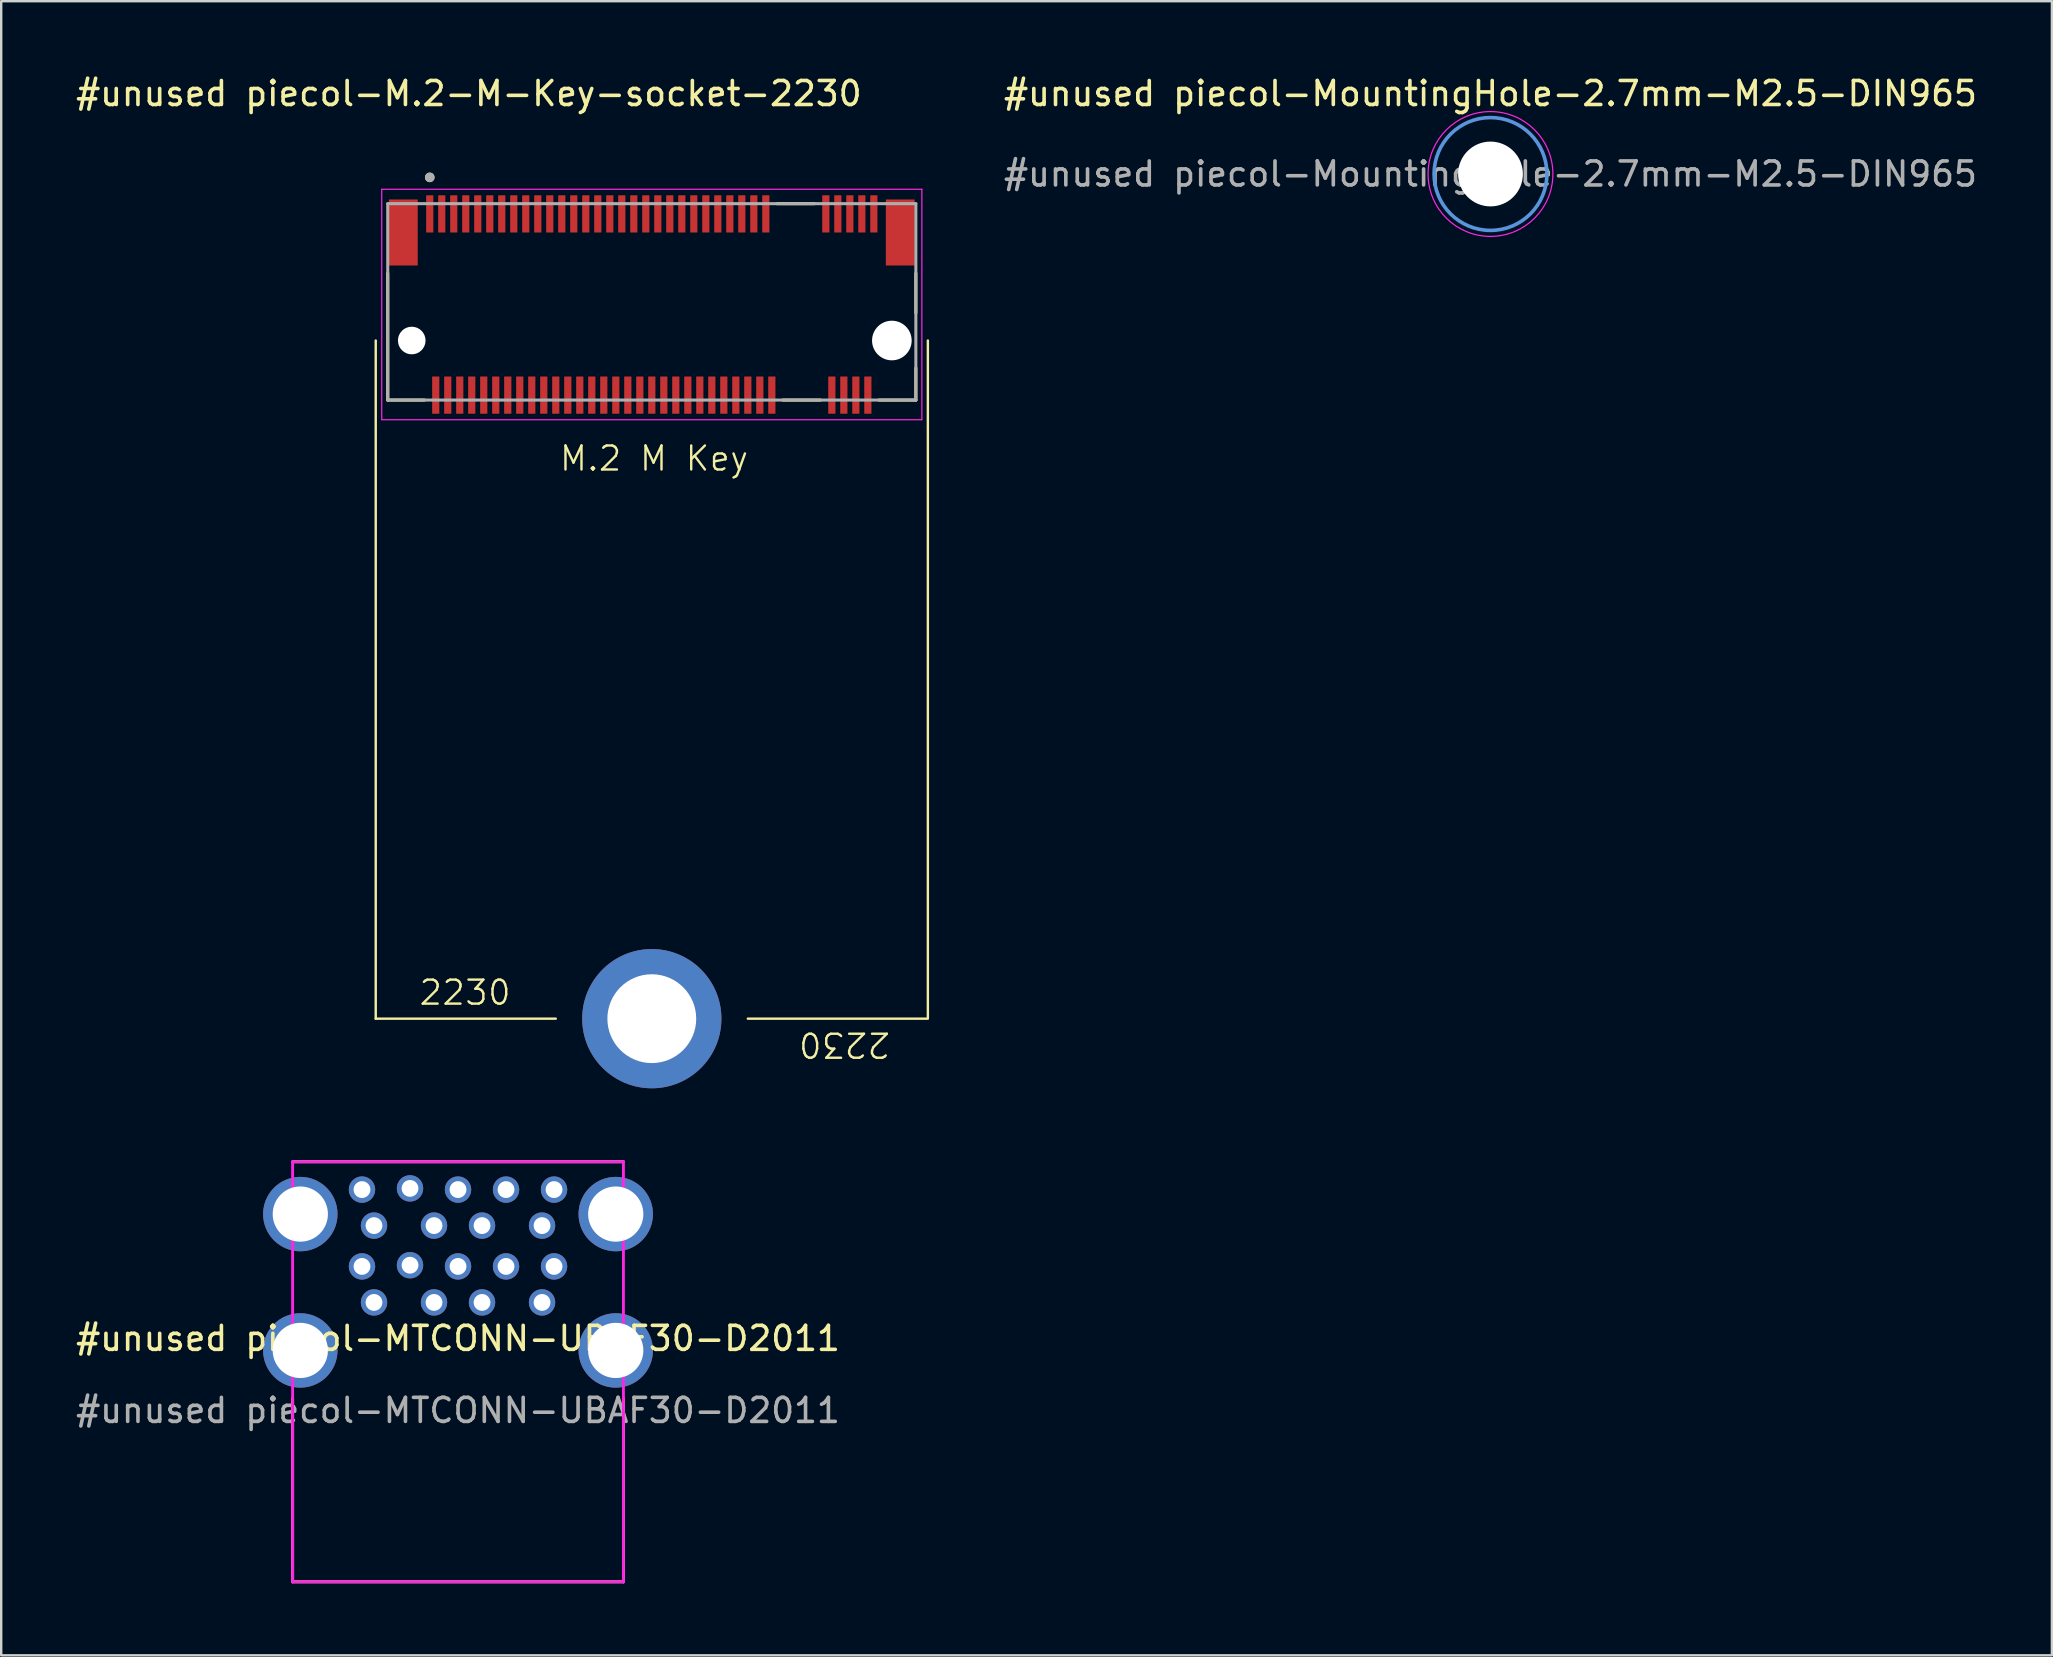
<source format=kicad_pcb>
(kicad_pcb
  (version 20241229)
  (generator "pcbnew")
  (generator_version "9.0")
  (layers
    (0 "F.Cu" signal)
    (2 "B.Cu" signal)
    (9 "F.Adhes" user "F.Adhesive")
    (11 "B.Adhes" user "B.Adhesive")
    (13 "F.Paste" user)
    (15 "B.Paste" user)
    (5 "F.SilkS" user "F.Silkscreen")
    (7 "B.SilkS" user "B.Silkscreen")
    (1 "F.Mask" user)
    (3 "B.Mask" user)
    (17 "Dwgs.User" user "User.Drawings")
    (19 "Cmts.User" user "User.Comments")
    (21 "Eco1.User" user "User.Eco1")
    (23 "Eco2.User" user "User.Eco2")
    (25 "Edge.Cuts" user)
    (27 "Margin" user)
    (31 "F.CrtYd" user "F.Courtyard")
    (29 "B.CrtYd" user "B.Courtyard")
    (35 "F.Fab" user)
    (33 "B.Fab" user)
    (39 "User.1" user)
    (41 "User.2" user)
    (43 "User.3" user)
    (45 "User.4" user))
  (footprint "#unused piecol-MTCONN-UBAF30-D2011"
    (layer "F.Cu")
    (at 16.03 53.205)
    (property "Reference" "#unused piecol-MTCONN-UBAF30-D2011" (at 0 -0.5 0) (unlocked yes) (layer "F.SilkS") (effects (font (size 1 1) (thickness 0.15))))
    (attr through_hole)
    (fp_line (start -6.89 -7.86) (end 6.89 -7.86) (stroke (width 0.12) (type solid)) (layer "F.SilkS"))
    (fp_line (start -6.89 9.64) (end -6.89 2) (stroke (width 0.12) (type solid)) (layer "F.SilkS"))
    (fp_line (start -6.89 9.64) (end 6.89 9.64) (stroke (width 0.12) (type solid)) (layer "F.SilkS"))
    (fp_line (start 6.89 2) (end 6.89 9.64) (stroke (width 0.12) (type solid)) (layer "F.SilkS"))
    (fp_line (start -6.89 -7.86) (end -6.89 9.64) (stroke (width 0.12) (type solid)) (layer "F.CrtYd"))
    (fp_line (start -6.89 9.64) (end 6.89 9.64) (stroke (width 0.12) (type solid)) (layer "F.CrtYd"))
    (fp_line (start 6.89 -7.86) (end -6.89 -7.86) (stroke (width 0.12) (type solid)) (layer "F.CrtYd"))
    (fp_line (start 6.89 9.64) (end 6.89 -7.86) (stroke (width 0.12) (type solid)) (layer "F.CrtYd"))
    (fp_text user "${REFERENCE}" (at 0 2.5 0) (unlocked yes) (layer "F.Fab") (effects (font (size 1 1) (thickness 0.15))))
    (pad "10" thru_hole circle (at -6.57 -5.68) (size 3.1 3.1) (drill 2.3) (layers "*.Cu" "*.Mask"))
    (pad "10" thru_hole circle (at -6.57 0) (size 3.1 3.1) (drill 2.3) (layers "*.Cu" "*.Mask"))
    (pad "10" thru_hole circle (at 6.57 -5.68) (size 3.1 3.1) (drill 2.3) (layers "*.Cu" "*.Mask"))
    (pad "10" thru_hole circle (at 6.57 0) (size 3.1 3.1) (drill 2.3) (layers "*.Cu" "*.Mask"))
    (pad "A1" thru_hole circle (at -3.5 -2) (size 1.1 1.1) (drill 0.7) (layers "*.Cu" "*.Mask"))
    (pad "A2" thru_hole circle (at -1 -2) (size 1.1 1.1) (drill 0.7) (layers "*.Cu" "*.Mask"))
    (pad "A3" thru_hole circle (at 1 -2) (size 1.1 1.1) (drill 0.7) (layers "*.Cu" "*.Mask"))
    (pad "A4" thru_hole circle (at 3.5 -2) (size 1.1 1.1) (drill 0.7) (layers "*.Cu" "*.Mask"))
    (pad "A5" thru_hole circle (at 4 -3.5) (size 1.1 1.1) (drill 0.7) (layers "*.Cu" "*.Mask"))
    (pad "A6" thru_hole circle (at 2 -3.5) (size 1.1 1.1) (drill 0.7) (layers "*.Cu" "*.Mask"))
    (pad "A7" thru_hole circle (at 0 -3.5) (size 1.1 1.1) (drill 0.7) (layers "*.Cu" "*.Mask"))
    (pad "A8" thru_hole circle (at -2 -3.55) (size 1.1 1.1) (drill 0.7) (layers "*.Cu" "*.Mask"))
    (pad "A9" thru_hole circle (at -4 -3.5) (size 1.1 1.1) (drill 0.7) (layers "*.Cu" "*.Mask"))
    (pad "B1" thru_hole circle (at -3.5 -5.2) (size 1.1 1.1) (drill 0.7) (layers "*.Cu" "*.Mask"))
    (pad "B2" thru_hole circle (at -1 -5.2) (size 1.1 1.1) (drill 0.7) (layers "*.Cu" "*.Mask"))
    (pad "B3" thru_hole circle (at 1 -5.2) (size 1.1 1.1) (drill 0.7) (layers "*.Cu" "*.Mask"))
    (pad "B4" thru_hole circle (at 3.5 -5.2) (size 1.1 1.1) (drill 0.7) (layers "*.Cu" "*.Mask"))
    (pad "B5" thru_hole circle (at 4 -6.7) (size 1.1 1.1) (drill 0.7) (layers "*.Cu" "*.Mask"))
    (pad "B6" thru_hole circle (at 2 -6.7) (size 1.1 1.1) (drill 0.7) (layers "*.Cu" "*.Mask"))
    (pad "B7" thru_hole circle (at 0 -6.7) (size 1.1 1.1) (drill 0.7) (layers "*.Cu" "*.Mask"))
    (pad "B8" thru_hole circle (at -2 -6.75) (size 1.1 1.1) (drill 0.7) (layers "*.Cu" "*.Mask"))
    (pad "B9" thru_hole circle (at -4 -6.7) (size 1.1 1.1) (drill 0.7) (layers "*.Cu" "*.Mask")))
  (footprint "#unused piecol-M.2-M-Key-socket-2230"
    (layer "F.Cu")
    (at 24.102 11.135)
    (property "Reference" "#unused piecol-M.2-M-Key-socket-2230" (at -7.62 -10.287 0) (layer "F.SilkS") (effects (font (size 1 1) (thickness 0.15))))
    (fp_line (start -11.5 0) (end -11.5 28.25) (stroke (width 0.1) (type default)) (layer "F.SilkS"))
    (fp_line (start -11.5 28.25) (end -4 28.25) (stroke (width 0.1) (type default)) (layer "F.SilkS"))
    (fp_line (start -11 2.48) (end -11 -2.805) (stroke (width 0.127) (type solid)) (layer "F.SilkS"))
    (fp_line (start -9.47 2.48) (end -11 2.48) (stroke (width 0.127) (type solid)) (layer "F.SilkS"))
    (fp_line (start 4 28.25) (end 11.5 28.25) (stroke (width 0.1) (type default)) (layer "F.SilkS"))
    (fp_line (start 5.213 -5.7) (end 6.777 -5.7) (stroke (width 0.127) (type solid)) (layer "F.SilkS"))
    (fp_line (start 5.463 2.48) (end 7.027 2.48) (stroke (width 0.127) (type solid)) (layer "F.SilkS"))
    (fp_line (start 11 -2.805) (end 11 -1.145) (stroke (width 0.127) (type solid)) (layer "F.SilkS"))
    (fp_line (start 11 2.48) (end 9.47 2.48) (stroke (width 0.127) (type solid)) (layer "F.SilkS"))
    (fp_line (start 11 2.48) (end 11 1.145) (stroke (width 0.127) (type solid)) (layer "F.SilkS"))
    (fp_line (start 11.5 28.2) (end 11.5 0) (stroke (width 0.1) (type default)) (layer "F.SilkS"))
    (fp_circle (center -9.25 -6.796) (end -9.15 -6.796) (stroke (width 0.2) (type solid)) (fill no) (layer "F.SilkS"))
    (fp_line (start -11.25 -6.3) (end -11.25 3.3) (stroke (width 0.05) (type solid)) (layer "F.CrtYd"))
    (fp_line (start -11.25 3.3) (end 11.25 3.3) (stroke (width 0.05) (type solid)) (layer "F.CrtYd"))
    (fp_line (start 11.25 -6.3) (end -11.25 -6.3) (stroke (width 0.05) (type solid)) (layer "F.CrtYd"))
    (fp_line (start 11.25 3.3) (end 11.25 -6.3) (stroke (width 0.05) (type solid)) (layer "F.CrtYd"))
    (fp_line (start -11 -5.7) (end 11 -5.7) (stroke (width 0.127) (type solid)) (layer "F.Fab"))
    (fp_line (start -11 2.48) (end -11 -5.7) (stroke (width 0.127) (type solid)) (layer "F.Fab"))
    (fp_line (start 11 -5.7) (end 11 2.48) (stroke (width 0.127) (type solid)) (layer "F.Fab"))
    (fp_line (start 11 2.48) (end -11 2.48) (stroke (width 0.127) (type solid)) (layer "F.Fab"))
    (fp_circle (center -9.25 -6.796) (end -9.15 -6.796) (stroke (width 0.2) (type solid)) (fill no) (layer "F.Fab"))
    (fp_text user "M.2 M Key" (at -3.9 5.5 0) (unlocked yes) (layer "F.SilkS") (effects (font (size 1 1) (thickness 0.1)) (justify left bottom)))
    (fp_text user "2230" (at 10 28.75 180) (unlocked yes) (layer "F.SilkS") (effects (font (size 1 1) (thickness 0.1)) (justify left bottom)))
    (fp_text user "2230" (at -9.75 27.75 0) (unlocked yes) (layer "F.SilkS") (effects (font (size 1 1) (thickness 0.1)) (justify left bottom)))
    (pad "" np_thru_hole circle (at -10 0) (size 1.15 1.15) (drill 1.15) (layers "*.Cu" "*.Mask"))
    (pad "" np_thru_hole circle (at 10 0) (size 1.65 1.65) (drill 1.65) (layers "*.Cu" "*.Mask"))
    (pad "1" smd rect (at -9.25 -5.275) (size 0.3 1.55) (layers "F.Cu" "F.Mask" "F.Paste"))
    (pad "2" smd rect (at -9 2.275) (size 0.3 1.55) (layers "F.Cu" "F.Mask" "F.Paste"))
    (pad "3" smd rect (at -8.75 -5.275) (size 0.3 1.55) (layers "F.Cu" "F.Mask" "F.Paste"))
    (pad "4" smd rect (at -8.5 2.275) (size 0.3 1.55) (layers "F.Cu" "F.Mask" "F.Paste"))
    (pad "5" smd rect (at -8.25 -5.275) (size 0.3 1.55) (layers "F.Cu" "F.Mask" "F.Paste"))
    (pad "6" smd rect (at -8 2.275) (size 0.3 1.55) (layers "F.Cu" "F.Mask" "F.Paste"))
    (pad "7" smd rect (at -7.75 -5.275) (size 0.3 1.55) (layers "F.Cu" "F.Mask" "F.Paste"))
    (pad "8" smd rect (at -7.5 2.275) (size 0.3 1.55) (layers "F.Cu" "F.Mask" "F.Paste"))
    (pad "9" smd rect (at -7.25 -5.275) (size 0.3 1.55) (layers "F.Cu" "F.Mask" "F.Paste"))
    (pad "10" smd rect (at -7 2.275) (size 0.3 1.55) (layers "F.Cu" "F.Mask" "F.Paste"))
    (pad "11" smd rect (at -6.75 -5.275) (size 0.3 1.55) (layers "F.Cu" "F.Mask" "F.Paste"))
    (pad "12" smd rect (at -6.5 2.275) (size 0.3 1.55) (layers "F.Cu" "F.Mask" "F.Paste"))
    (pad "13" smd rect (at -6.25 -5.275) (size 0.3 1.55) (layers "F.Cu" "F.Mask" "F.Paste"))
    (pad "14" smd rect (at -6 2.275) (size 0.3 1.55) (layers "F.Cu" "F.Mask" "F.Paste"))
    (pad "15" smd rect (at -5.75 -5.275) (size 0.3 1.55) (layers "F.Cu" "F.Mask" "F.Paste"))
    (pad "16" smd rect (at -5.5 2.275) (size 0.3 1.55) (layers "F.Cu" "F.Mask" "F.Paste"))
    (pad "17" smd rect (at -5.25 -5.275) (size 0.3 1.55) (layers "F.Cu" "F.Mask" "F.Paste"))
    (pad "18" smd rect (at -5 2.275) (size 0.3 1.55) (layers "F.Cu" "F.Mask" "F.Paste"))
    (pad "19" smd rect (at -4.75 -5.275) (size 0.3 1.55) (layers "F.Cu" "F.Mask" "F.Paste"))
    (pad "20" smd rect (at -4.5 2.275) (size 0.3 1.55) (layers "F.Cu" "F.Mask" "F.Paste"))
    (pad "21" smd rect (at -4.25 -5.275) (size 0.3 1.55) (layers "F.Cu" "F.Mask" "F.Paste"))
    (pad "22" smd rect (at -4 2.275) (size 0.3 1.55) (layers "F.Cu" "F.Mask" "F.Paste"))
    (pad "23" smd rect (at -3.75 -5.275) (size 0.3 1.55) (layers "F.Cu" "F.Mask" "F.Paste"))
    (pad "24" smd rect (at -3.5 2.275) (size 0.3 1.55) (layers "F.Cu" "F.Mask" "F.Paste"))
    (pad "25" smd rect (at -3.25 -5.275) (size 0.3 1.55) (layers "F.Cu" "F.Mask" "F.Paste"))
    (pad "26" smd rect (at -3 2.275) (size 0.3 1.55) (layers "F.Cu" "F.Mask" "F.Paste"))
    (pad "27" smd rect (at -2.75 -5.275) (size 0.3 1.55) (layers "F.Cu" "F.Mask" "F.Paste"))
    (pad "28" smd rect (at -2.5 2.275) (size 0.3 1.55) (layers "F.Cu" "F.Mask" "F.Paste"))
    (pad "29" smd rect (at -2.25 -5.275) (size 0.3 1.55) (layers "F.Cu" "F.Mask" "F.Paste"))
    (pad "30" smd rect (at -2 2.275) (size 0.3 1.55) (layers "F.Cu" "F.Mask" "F.Paste"))
    (pad "31" smd rect (at -1.75 -5.275) (size 0.3 1.55) (layers "F.Cu" "F.Mask" "F.Paste"))
    (pad "32" smd rect (at -1.5 2.275) (size 0.3 1.55) (layers "F.Cu" "F.Mask" "F.Paste"))
    (pad "33" smd rect (at -1.25 -5.275) (size 0.3 1.55) (layers "F.Cu" "F.Mask" "F.Paste"))
    (pad "34" smd rect (at -1 2.275) (size 0.3 1.55) (layers "F.Cu" "F.Mask" "F.Paste"))
    (pad "35" smd rect (at -0.75 -5.275) (size 0.3 1.55) (layers "F.Cu" "F.Mask" "F.Paste"))
    (pad "36" smd rect (at -0.5 2.275) (size 0.3 1.55) (layers "F.Cu" "F.Mask" "F.Paste"))
    (pad "37" smd rect (at -0.25 -5.275) (size 0.3 1.55) (layers "F.Cu" "F.Mask" "F.Paste"))
    (pad "38" smd rect (at 0 2.275) (size 0.3 1.55) (layers "F.Cu" "F.Mask" "F.Paste"))
    (pad "39" smd rect (at 0.25 -5.275) (size 0.3 1.55) (layers "F.Cu" "F.Mask" "F.Paste"))
    (pad "40" smd rect (at 0.5 2.275) (size 0.3 1.55) (layers "F.Cu" "F.Mask" "F.Paste"))
    (pad "41" smd rect (at 0.75 -5.275) (size 0.3 1.55) (layers "F.Cu" "F.Mask" "F.Paste"))
    (pad "42" smd rect (at 1 2.275) (size 0.3 1.55) (layers "F.Cu" "F.Mask" "F.Paste"))
    (pad "43" smd rect (at 1.25 -5.275) (size 0.3 1.55) (layers "F.Cu" "F.Mask" "F.Paste"))
    (pad "44" smd rect (at 1.5 2.275) (size 0.3 1.55) (layers "F.Cu" "F.Mask" "F.Paste"))
    (pad "45" smd rect (at 1.75 -5.275) (size 0.3 1.55) (layers "F.Cu" "F.Mask" "F.Paste"))
    (pad "46" smd rect (at 2 2.275) (size 0.3 1.55) (layers "F.Cu" "F.Mask" "F.Paste"))
    (pad "47" smd rect (at 2.25 -5.275) (size 0.3 1.55) (layers "F.Cu" "F.Mask" "F.Paste"))
    (pad "48" smd rect (at 2.5 2.275) (size 0.3 1.55) (layers "F.Cu" "F.Mask" "F.Paste"))
    (pad "49" smd rect (at 2.75 -5.275) (size 0.3 1.55) (layers "F.Cu" "F.Mask" "F.Paste"))
    (pad "50" smd rect (at 3 2.275) (size 0.3 1.55) (layers "F.Cu" "F.Mask" "F.Paste"))
    (pad "51" smd rect (at 3.25 -5.275) (size 0.3 1.55) (layers "F.Cu" "F.Mask" "F.Paste"))
    (pad "52" smd rect (at 3.5 2.275) (size 0.3 1.55) (layers "F.Cu" "F.Mask" "F.Paste"))
    (pad "53" smd rect (at 3.75 -5.275) (size 0.3 1.55) (layers "F.Cu" "F.Mask" "F.Paste"))
    (pad "54" smd rect (at 4 2.275) (size 0.3 1.55) (layers "F.Cu" "F.Mask" "F.Paste"))
    (pad "55" smd rect (at 4.25 -5.275) (size 0.3 1.55) (layers "F.Cu" "F.Mask" "F.Paste"))
    (pad "56" smd rect (at 4.5 2.275) (size 0.3 1.55) (layers "F.Cu" "F.Mask" "F.Paste"))
    (pad "57" smd rect (at 4.75 -5.275) (size 0.3 1.55) (layers "F.Cu" "F.Mask" "F.Paste"))
    (pad "58" smd rect (at 5 2.275) (size 0.3 1.55) (layers "F.Cu" "F.Mask" "F.Paste"))
    (pad "67" smd rect (at 7.25 -5.275) (size 0.3 1.55) (layers "F.Cu" "F.Mask" "F.Paste"))
    (pad "68" smd rect (at 7.5 2.275) (size 0.3 1.55) (layers "F.Cu" "F.Mask" "F.Paste"))
    (pad "69" smd rect (at 7.75 -5.275) (size 0.3 1.55) (layers "F.Cu" "F.Mask" "F.Paste"))
    (pad "70" smd rect (at 8 2.275) (size 0.3 1.55) (layers "F.Cu" "F.Mask" "F.Paste"))
    (pad "71" smd rect (at 8.25 -5.275) (size 0.3 1.55) (layers "F.Cu" "F.Mask" "F.Paste"))
    (pad "72" smd rect (at 8.5 2.275) (size 0.3 1.55) (layers "F.Cu" "F.Mask" "F.Paste"))
    (pad "73" smd rect (at 8.75 -5.275) (size 0.3 1.55) (layers "F.Cu" "F.Mask" "F.Paste"))
    (pad "74" smd rect (at 9 2.275) (size 0.3 1.55) (layers "F.Cu" "F.Mask" "F.Paste"))
    (pad "75" smd rect (at 9.25 -5.275) (size 0.3 1.55) (layers "F.Cu" "F.Mask" "F.Paste"))
    (pad "M1" thru_hole circle (at 0 28.25) (size 5.8 5.8) (drill 3.7) (layers "*.Cu" "*.Mask"))
    (pad "S1" smd rect (at -10.35 -4.5) (size 1.2 2.75) (layers "F.Cu" "F.Mask" "F.Paste"))
    (pad "S2" smd rect (at 10.35 -4.5) (size 1.2 2.75) (layers "F.Cu" "F.Mask" "F.Paste")))
  (footprint "#unused piecol-MountingHole-2.7mm-M2.5-DIN965"
    (layer "F.Cu")
    (at 59.039 4.198)
    (property "Reference" "#unused piecol-MountingHole-2.7mm-M2.5-DIN965" (at 0 -3.35 0) (layer "F.SilkS") (effects (font (size 1 1) (thickness 0.15))))
    (attr exclude_from_pos_files exclude_from_bom)
    (fp_circle (center 0 0) (end 2.35 0) (stroke (width 0.15) (type solid)) (fill no) (layer "Cmts.User"))
    (fp_circle (center 0 0) (end 2.6 0) (stroke (width 0.05) (type solid)) (fill no) (layer "F.CrtYd"))
    (fp_text user "${REFERENCE}" (at 0 0 0) (layer "F.Fab") (effects (font (size 1 1) (thickness 0.15))))
    (pad "" np_thru_hole circle (at 0 0) (size 2.7 2.7) (drill 2.7) (layers "*.Cu" "*.Mask")))
  (gr_rect
    (start -3 -3)
    (end 82.426 65.905)
    (stroke (width 0.1) (type default))
    (fill no)
    (layer "Edge.Cuts")))
</source>
